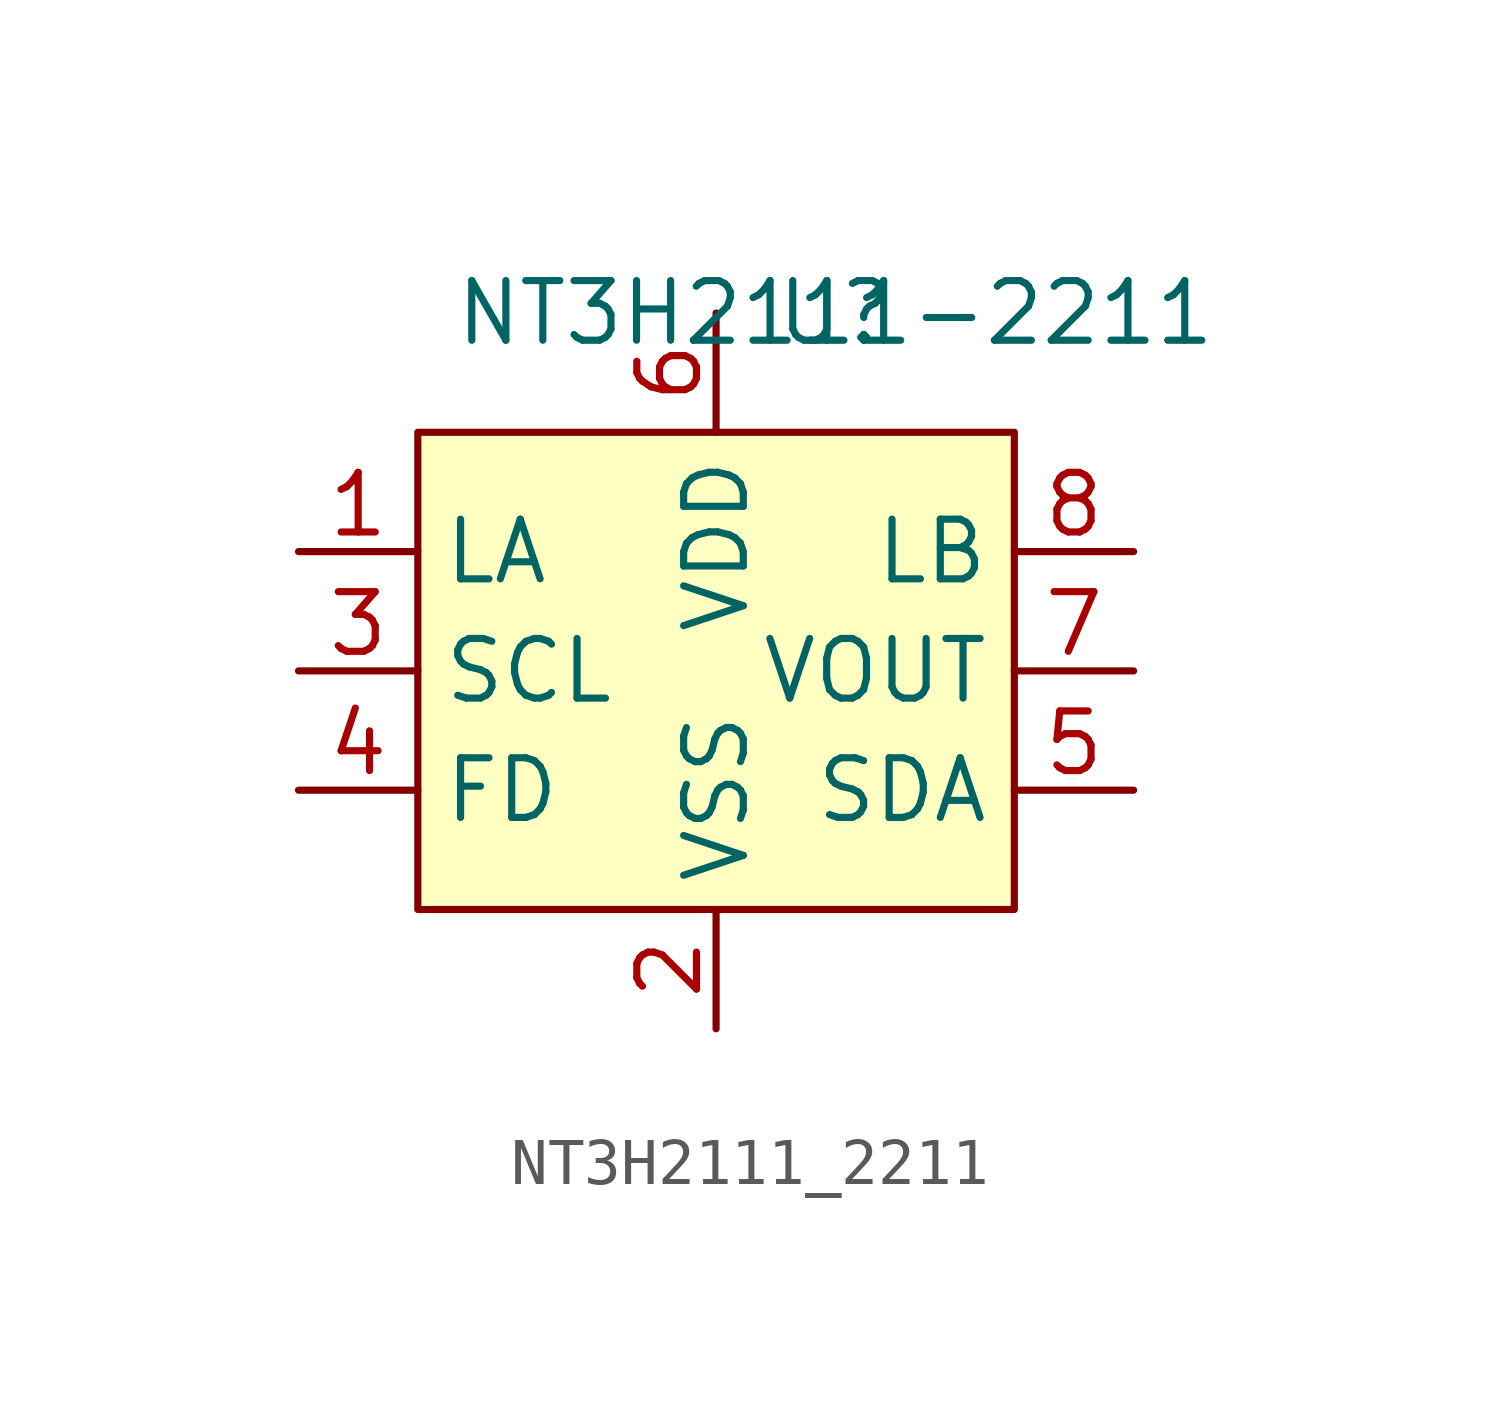
<source format=kicad_sym>
(kicad_symbol_lib
  (version 20241209)
  (generator "kicad_symbol_editor")
  (generator_version "9.0")
  (symbol "NT3H2111_2211"
    (property "Reference" "U"
      (at 0 0 0)
      (effects (font (size 1.27 1.27))))
    (property "Value" "NT3H2111-2211"
      (at 0 0 0)
      (effects (font (size 1.27 1.27))))
    (symbol "NT3H2111_2211_1_1"
      (rectangle (start -8.89 -2.54) (end 3.81 -12.7) (stroke (width 0) (type solid)) (fill (type background)))
      (pin input line (at -11.43 -5.08 0) (length 2.54) (name "LA" (effects (font (size 1.27 1.27)))) (number "1" (effects (font (size 1.27 1.27)))))
      (pin input line (at -11.43 -7.62 0) (length 2.54) (name "SCL" (effects (font (size 1.27 1.27)))) (number "3" (effects (font (size 1.27 1.27)))))
      (pin input line (at -11.43 -10.16 0) (length 2.54) (name "FD" (effects (font (size 1.27 1.27)))) (number "4" (effects (font (size 1.27 1.27)))))
      (pin power_in line (at -2.54 0 270) (length 2.54) (name "VDD" (effects (font (size 1.27 1.27)))) (number "6" (effects (font (size 1.27 1.27)))))
      (pin power_out line (at -2.54 -15.24 90) (length 2.54) (name "VSS" (effects (font (size 1.27 1.27)))) (number "2" (effects (font (size 1.27 1.27)))))
      (pin input line (at 6.35 -5.08 180) (length 2.54) (name "LB" (effects (font (size 1.27 1.27)))) (number "8" (effects (font (size 1.27 1.27)))))
      (pin input line (at 6.35 -7.62 180) (length 2.54) (name "VOUT" (effects (font (size 1.27 1.27)))) (number "7" (effects (font (size 1.27 1.27)))))
      (pin input line (at 6.35 -10.16 180) (length 2.54) (name "SDA" (effects (font (size 1.27 1.27)))) (number "5" (effects (font (size 1.27 1.27))))))))
</source>
